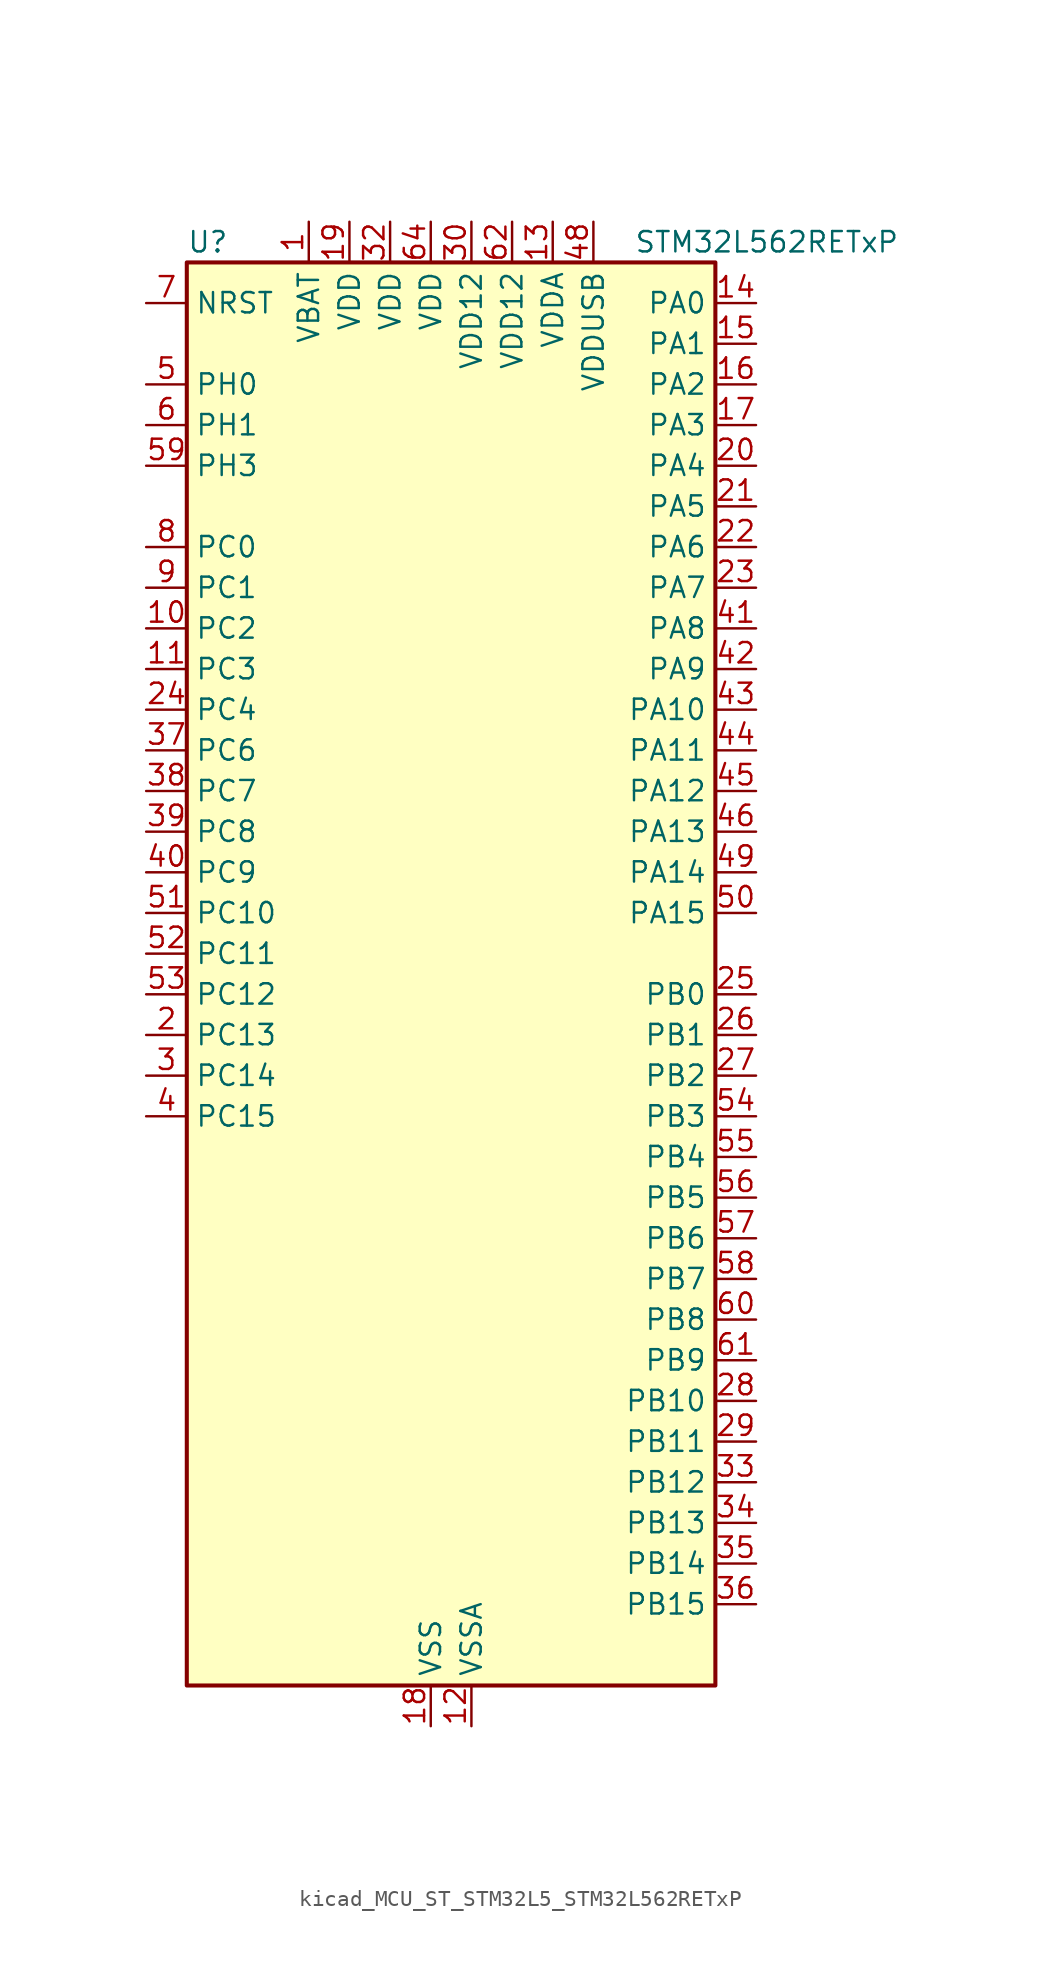
<source format=kicad_sym>
(kicad_symbol_lib
  (version 20220914)
  (generator kicad_symbol_editor)
  (symbol "kicad_MCU_ST_STM32L5_STM32L562RETxP"
    (property "Reference" "U"
      (at -15.24 46.99 0)
      (effects (font (size 1.27 1.27)) (justify left)))
    (property "Value" "STM32L562RETxP"
      (at 12.7 46.99 0)
      (effects (font (size 1.27 1.27)) (justify left)))
    (property "ki_locked" ""
      (at 0 0 0)
      (effects (font (size 1.27 1.27))))
    (symbol "kicad_MCU_ST_STM32L5_STM32L562RETxP_0_1"
      (rectangle (start -15.24 -43.18) (end 17.78 45.72) (stroke (width 0.254) (type default)) (fill (type background))))
    (symbol "kicad_MCU_ST_STM32L5_STM32L562RETxP_1_1"
      (pin power_in line (at -7.62 48.26 270) (length 2.54) (name "VBAT" (effects (font (size 1.27 1.27)))) (number "1" (effects (font (size 1.27 1.27)))))
      (pin bidirectional line (at -17.78 22.86 0) (length 2.54) (name "PC2" (effects (font (size 1.27 1.27)))) (number "10" (effects (font (size 1.27 1.27)))) (alternate "ADC1_IN3" bidirectional line) (alternate "ADC2_IN3" bidirectional line) (alternate "DFSDM1_CKOUT" bidirectional line) (alternate "LPTIM1_IN2" bidirectional line) (alternate "OCTOSPI1_IO5" bidirectional line) (alternate "SPI2_MISO" bidirectional line))
      (pin bidirectional line (at -17.78 20.32 0) (length 2.54) (name "PC3" (effects (font (size 1.27 1.27)))) (number "11" (effects (font (size 1.27 1.27)))) (alternate "ADC1_IN4" bidirectional line) (alternate "ADC2_IN4" bidirectional line) (alternate "LPTIM1_ETR" bidirectional line) (alternate "LPTIM2_ETR" bidirectional line) (alternate "LPTIM3_OUT" bidirectional line) (alternate "OCTOSPI1_IO6" bidirectional line) (alternate "SAI1_D1" bidirectional line) (alternate "SAI1_SD_A" bidirectional line) (alternate "SPI2_MOSI" bidirectional line))
      (pin power_in line (at 2.54 -45.72 90) (length 2.54) (name "VSSA" (effects (font (size 1.27 1.27)))) (number "12" (effects (font (size 1.27 1.27)))))
      (pin power_in line (at 7.62 48.26 270) (length 2.54) (name "VDDA" (effects (font (size 1.27 1.27)))) (number "13" (effects (font (size 1.27 1.27)))))
      (pin bidirectional line (at 20.32 43.18 180) (length 2.54) (name "PA0" (effects (font (size 1.27 1.27)))) (number "14" (effects (font (size 1.27 1.27)))) (alternate "ADC1_IN5" bidirectional line) (alternate "ADC2_IN5" bidirectional line) (alternate "OPAMP1_VINP" bidirectional line) (alternate "PWR_WKUP1" bidirectional line) (alternate "SAI1_EXTCLK" bidirectional line) (alternate "TAMP_IN2" bidirectional line) (alternate "TAMP_OUT1" bidirectional line) (alternate "TIM2_CH1" bidirectional line) (alternate "TIM2_ETR" bidirectional line) (alternate "TIM5_CH1" bidirectional line) (alternate "TIM8_ETR" bidirectional line) (alternate "UART4_TX" bidirectional line) (alternate "USART2_CTS" bidirectional line) (alternate "USART2_NSS" bidirectional line))
      (pin bidirectional line (at 20.32 40.64 180) (length 2.54) (name "PA1" (effects (font (size 1.27 1.27)))) (number "15" (effects (font (size 1.27 1.27)))) (alternate "ADC1_IN6" bidirectional line) (alternate "ADC2_IN6" bidirectional line) (alternate "I2C1_SMBA" bidirectional line) (alternate "OCTOSPI1_DQS" bidirectional line) (alternate "OPAMP1_VINM" bidirectional line) (alternate "SPI1_SCK" bidirectional line) (alternate "TAMP_IN5" bidirectional line) (alternate "TAMP_OUT4" bidirectional line) (alternate "TIM15_CH1N" bidirectional line) (alternate "TIM2_CH2" bidirectional line) (alternate "TIM5_CH2" bidirectional line) (alternate "UART4_RX" bidirectional line) (alternate "USART2_DE" bidirectional line) (alternate "USART2_RTS" bidirectional line))
      (pin bidirectional line (at 20.32 38.1 180) (length 2.54) (name "PA2" (effects (font (size 1.27 1.27)))) (number "16" (effects (font (size 1.27 1.27)))) (alternate "ADC1_IN7" bidirectional line) (alternate "ADC2_IN7" bidirectional line) (alternate "COMP1_INP" bidirectional line) (alternate "LPUART1_TX" bidirectional line) (alternate "OCTOSPI1_NCS" bidirectional line) (alternate "PWR_WKUP4" bidirectional line) (alternate "RCC_LSCO" bidirectional line) (alternate "SAI2_EXTCLK" bidirectional line) (alternate "TIM15_CH1" bidirectional line) (alternate "TIM2_CH3" bidirectional line) (alternate "TIM5_CH3" bidirectional line) (alternate "UCPD1_FRSTX1" bidirectional line) (alternate "USART2_TX" bidirectional line))
      (pin bidirectional line (at 20.32 35.56 180) (length 2.54) (name "PA3" (effects (font (size 1.27 1.27)))) (number "17" (effects (font (size 1.27 1.27)))) (alternate "ADC1_IN8" bidirectional line) (alternate "ADC2_IN8" bidirectional line) (alternate "LPUART1_RX" bidirectional line) (alternate "OCTOSPI1_CLK" bidirectional line) (alternate "OPAMP1_VOUT" bidirectional line) (alternate "SAI1_CK1" bidirectional line) (alternate "SAI1_MCLK_A" bidirectional line) (alternate "TIM15_CH2" bidirectional line) (alternate "TIM2_CH4" bidirectional line) (alternate "TIM5_CH4" bidirectional line) (alternate "USART2_RX" bidirectional line))
      (pin power_in line (at 0 -45.72 90) (length 2.54) (name "VSS" (effects (font (size 1.27 1.27)))) (number "18" (effects (font (size 1.27 1.27)))))
      (pin power_in line (at -5.08 48.26 270) (length 2.54) (name "VDD" (effects (font (size 1.27 1.27)))) (number "19" (effects (font (size 1.27 1.27)))))
      (pin bidirectional line (at -17.78 -2.54 0) (length 2.54) (name "PC13" (effects (font (size 1.27 1.27)))) (number "2" (effects (font (size 1.27 1.27)))) (alternate "PWR_WKUP2" bidirectional line) (alternate "RTC_OUT1" bidirectional line) (alternate "RTC_TS" bidirectional line) (alternate "TAMP_IN1" bidirectional line) (alternate "TAMP_OUT2" bidirectional line))
      (pin bidirectional line (at 20.32 33.02 180) (length 2.54) (name "PA4" (effects (font (size 1.27 1.27)))) (number "20" (effects (font (size 1.27 1.27)))) (alternate "ADC1_IN9" bidirectional line) (alternate "ADC2_IN9" bidirectional line) (alternate "DAC1_OUT1" bidirectional line) (alternate "LPTIM2_OUT" bidirectional line) (alternate "OCTOSPI1_NCS" bidirectional line) (alternate "SAI1_FS_B" bidirectional line) (alternate "SPI1_NSS" bidirectional line) (alternate "SPI3_NSS" bidirectional line) (alternate "USART2_CK" bidirectional line))
      (pin bidirectional line (at 20.32 30.48 180) (length 2.54) (name "PA5" (effects (font (size 1.27 1.27)))) (number "21" (effects (font (size 1.27 1.27)))) (alternate "ADC1_IN10" bidirectional line) (alternate "ADC2_IN10" bidirectional line) (alternate "DAC1_OUT2" bidirectional line) (alternate "LPTIM2_ETR" bidirectional line) (alternate "SPI1_SCK" bidirectional line) (alternate "TIM2_CH1" bidirectional line) (alternate "TIM2_ETR" bidirectional line) (alternate "TIM8_CH1N" bidirectional line))
      (pin bidirectional line (at 20.32 27.94 180) (length 2.54) (name "PA6" (effects (font (size 1.27 1.27)))) (number "22" (effects (font (size 1.27 1.27)))) (alternate "ADC1_IN11" bidirectional line) (alternate "ADC2_IN11" bidirectional line) (alternate "LPUART1_CTS" bidirectional line) (alternate "OCTOSPI1_IO3" bidirectional line) (alternate "OPAMP2_VINP" bidirectional line) (alternate "SPI1_MISO" bidirectional line) (alternate "TIM16_CH1" bidirectional line) (alternate "TIM1_BKIN" bidirectional line) (alternate "TIM3_CH1" bidirectional line) (alternate "TIM8_BKIN" bidirectional line) (alternate "USART3_CTS" bidirectional line) (alternate "USART3_NSS" bidirectional line))
      (pin bidirectional line (at 20.32 25.4 180) (length 2.54) (name "PA7" (effects (font (size 1.27 1.27)))) (number "23" (effects (font (size 1.27 1.27)))) (alternate "ADC1_IN12" bidirectional line) (alternate "ADC2_IN12" bidirectional line) (alternate "I2C3_SCL" bidirectional line) (alternate "OCTOSPI1_IO2" bidirectional line) (alternate "OPAMP2_VINM" bidirectional line) (alternate "SPI1_MOSI" bidirectional line) (alternate "TIM17_CH1" bidirectional line) (alternate "TIM1_CH1N" bidirectional line) (alternate "TIM3_CH2" bidirectional line) (alternate "TIM8_CH1N" bidirectional line))
      (pin bidirectional line (at -17.78 17.78 0) (length 2.54) (name "PC4" (effects (font (size 1.27 1.27)))) (number "24" (effects (font (size 1.27 1.27)))) (alternate "ADC1_IN13" bidirectional line) (alternate "ADC2_IN13" bidirectional line) (alternate "COMP1_INM" bidirectional line) (alternate "OCTOSPI1_IO7" bidirectional line) (alternate "USART3_TX" bidirectional line))
      (pin bidirectional line (at 20.32 0 180) (length 2.54) (name "PB0" (effects (font (size 1.27 1.27)))) (number "25" (effects (font (size 1.27 1.27)))) (alternate "ADC1_IN15" bidirectional line) (alternate "ADC2_IN15" bidirectional line) (alternate "COMP1_OUT" bidirectional line) (alternate "OCTOSPI1_IO1" bidirectional line) (alternate "OPAMP2_VOUT" bidirectional line) (alternate "SAI1_EXTCLK" bidirectional line) (alternate "SPI1_NSS" bidirectional line) (alternate "TIM1_CH2N" bidirectional line) (alternate "TIM3_CH3" bidirectional line) (alternate "TIM8_CH2N" bidirectional line) (alternate "USART3_CK" bidirectional line))
      (pin bidirectional line (at 20.32 -2.54 180) (length 2.54) (name "PB1" (effects (font (size 1.27 1.27)))) (number "26" (effects (font (size 1.27 1.27)))) (alternate "ADC1_IN16" bidirectional line) (alternate "ADC2_IN16" bidirectional line) (alternate "COMP1_INM" bidirectional line) (alternate "DFSDM1_DATIN0" bidirectional line) (alternate "LPTIM2_IN1" bidirectional line) (alternate "LPUART1_DE" bidirectional line) (alternate "LPUART1_RTS" bidirectional line) (alternate "OCTOSPI1_IO0" bidirectional line) (alternate "TIM1_CH3N" bidirectional line) (alternate "TIM3_CH4" bidirectional line) (alternate "TIM8_CH3N" bidirectional line) (alternate "USART3_DE" bidirectional line) (alternate "USART3_RTS" bidirectional line))
      (pin bidirectional line (at 20.32 -5.08 180) (length 2.54) (name "PB2" (effects (font (size 1.27 1.27)))) (number "27" (effects (font (size 1.27 1.27)))) (alternate "COMP1_INP" bidirectional line) (alternate "DFSDM1_CKIN0" bidirectional line) (alternate "I2C3_SMBA" bidirectional line) (alternate "LPTIM1_OUT" bidirectional line) (alternate "OCTOSPI1_DQS" bidirectional line) (alternate "RTC_OUT2" bidirectional line) (alternate "UCPD1_FRSTX1" bidirectional line))
      (pin bidirectional line (at 20.32 -25.4 180) (length 2.54) (name "PB10" (effects (font (size 1.27 1.27)))) (number "28" (effects (font (size 1.27 1.27)))) (alternate "COMP1_OUT" bidirectional line) (alternate "I2C2_SCL" bidirectional line) (alternate "I2C4_SCL" bidirectional line) (alternate "LPTIM3_OUT" bidirectional line) (alternate "LPUART1_RX" bidirectional line) (alternate "OCTOSPI1_CLK" bidirectional line) (alternate "SAI1_SCK_A" bidirectional line) (alternate "SPI2_SCK" bidirectional line) (alternate "TIM2_CH3" bidirectional line) (alternate "TSC_SYNC" bidirectional line) (alternate "USART3_TX" bidirectional line))
      (pin bidirectional line (at 20.32 -27.94 180) (length 2.54) (name "PB11" (effects (font (size 1.27 1.27)))) (number "29" (effects (font (size 1.27 1.27)))) (alternate "ADC1_EXTI11" bidirectional line) (alternate "ADC2_EXTI11" bidirectional line) (alternate "COMP2_OUT" bidirectional line) (alternate "I2C2_SDA" bidirectional line) (alternate "I2C4_SDA" bidirectional line) (alternate "LPUART1_TX" bidirectional line) (alternate "OCTOSPI1_NCS" bidirectional line) (alternate "TIM2_CH4" bidirectional line) (alternate "USART3_RX" bidirectional line))
      (pin bidirectional line (at -17.78 -5.08 0) (length 2.54) (name "PC14" (effects (font (size 1.27 1.27)))) (number "3" (effects (font (size 1.27 1.27)))) (alternate "RCC_OSC32_IN" bidirectional line))
      (pin power_in line (at 2.54 48.26 270) (length 2.54) (name "VDD12" (effects (font (size 1.27 1.27)))) (number "30" (effects (font (size 1.27 1.27)))))
      (pin passive line (at 0 -45.72 90) (length 2.54) hide (name "VSS" (effects (font (size 1.27 1.27)))) (number "31" (effects (font (size 1.27 1.27)))))
      (pin power_in line (at -2.54 48.26 270) (length 2.54) (name "VDD" (effects (font (size 1.27 1.27)))) (number "32" (effects (font (size 1.27 1.27)))))
      (pin bidirectional line (at 20.32 -30.48 180) (length 2.54) (name "PB12" (effects (font (size 1.27 1.27)))) (number "33" (effects (font (size 1.27 1.27)))) (alternate "DFSDM1_DATIN1" bidirectional line) (alternate "I2C2_SMBA" bidirectional line) (alternate "LPUART1_DE" bidirectional line) (alternate "LPUART1_RTS" bidirectional line) (alternate "OCTOSPI1_NCLK" bidirectional line) (alternate "SAI2_FS_A" bidirectional line) (alternate "SPI2_NSS" bidirectional line) (alternate "TIM15_BKIN" bidirectional line) (alternate "TIM1_BKIN" bidirectional line) (alternate "TSC_G1_IO1" bidirectional line) (alternate "USART3_CK" bidirectional line))
      (pin bidirectional line (at 20.32 -33.02 180) (length 2.54) (name "PB13" (effects (font (size 1.27 1.27)))) (number "34" (effects (font (size 1.27 1.27)))) (alternate "DFSDM1_CKIN1" bidirectional line) (alternate "I2C2_SCL" bidirectional line) (alternate "LPTIM3_IN1" bidirectional line) (alternate "LPUART1_CTS" bidirectional line) (alternate "SAI2_SCK_A" bidirectional line) (alternate "SPI2_SCK" bidirectional line) (alternate "TIM15_CH1N" bidirectional line) (alternate "TIM1_CH1N" bidirectional line) (alternate "TSC_G1_IO2" bidirectional line) (alternate "UCPD1_FRSTX2" bidirectional line) (alternate "USART3_CTS" bidirectional line) (alternate "USART3_NSS" bidirectional line))
      (pin bidirectional line (at 20.32 -35.56 180) (length 2.54) (name "PB14" (effects (font (size 1.27 1.27)))) (number "35" (effects (font (size 1.27 1.27)))) (alternate "DFSDM1_DATIN2" bidirectional line) (alternate "I2C2_SDA" bidirectional line) (alternate "LPTIM3_ETR" bidirectional line) (alternate "SAI2_MCLK_A" bidirectional line) (alternate "SPI2_MISO" bidirectional line) (alternate "TIM15_CH1" bidirectional line) (alternate "TIM1_CH2N" bidirectional line) (alternate "TIM8_CH2N" bidirectional line) (alternate "TSC_G1_IO3" bidirectional line) (alternate "UCPD1_DBCC2" bidirectional line) (alternate "USART3_DE" bidirectional line) (alternate "USART3_RTS" bidirectional line))
      (pin bidirectional line (at 20.32 -38.1 180) (length 2.54) (name "PB15" (effects (font (size 1.27 1.27)))) (number "36" (effects (font (size 1.27 1.27)))) (alternate "ADC1_EXTI15" bidirectional line) (alternate "ADC2_EXTI15" bidirectional line) (alternate "DFSDM1_CKIN2" bidirectional line) (alternate "RTC_REFIN" bidirectional line) (alternate "SAI2_SD_A" bidirectional line) (alternate "SPI2_MOSI" bidirectional line) (alternate "TIM15_CH2" bidirectional line) (alternate "TIM1_CH3N" bidirectional line) (alternate "TIM8_CH3N" bidirectional line) (alternate "UCPD1_CC2" bidirectional line))
      (pin bidirectional line (at -17.78 15.24 0) (length 2.54) (name "PC6" (effects (font (size 1.27 1.27)))) (number "37" (effects (font (size 1.27 1.27)))) (alternate "DFSDM1_CKIN3" bidirectional line) (alternate "SAI2_MCLK_A" bidirectional line) (alternate "TIM3_CH1" bidirectional line) (alternate "TIM8_CH1" bidirectional line) (alternate "TSC_G4_IO1" bidirectional line))
      (pin bidirectional line (at -17.78 12.7 0) (length 2.54) (name "PC7" (effects (font (size 1.27 1.27)))) (number "38" (effects (font (size 1.27 1.27)))) (alternate "DFSDM1_DATIN3" bidirectional line) (alternate "SAI2_MCLK_B" bidirectional line) (alternate "TIM3_CH2" bidirectional line) (alternate "TIM8_CH2" bidirectional line) (alternate "TSC_G4_IO2" bidirectional line))
      (pin bidirectional line (at -17.78 10.16 0) (length 2.54) (name "PC8" (effects (font (size 1.27 1.27)))) (number "39" (effects (font (size 1.27 1.27)))) (alternate "TIM3_CH3" bidirectional line) (alternate "TIM8_CH3" bidirectional line) (alternate "TSC_G4_IO3" bidirectional line))
      (pin bidirectional line (at -17.78 -7.62 0) (length 2.54) (name "PC15" (effects (font (size 1.27 1.27)))) (number "4" (effects (font (size 1.27 1.27)))) (alternate "ADC1_EXTI15" bidirectional line) (alternate "ADC2_EXTI15" bidirectional line) (alternate "RCC_OSC32_OUT" bidirectional line))
      (pin bidirectional line (at -17.78 7.62 0) (length 2.54) (name "PC9" (effects (font (size 1.27 1.27)))) (number "40" (effects (font (size 1.27 1.27)))) (alternate "DAC1_EXTI9" bidirectional line) (alternate "DEBUG_TRACED0" bidirectional line) (alternate "SAI2_EXTCLK" bidirectional line) (alternate "TIM3_CH4" bidirectional line) (alternate "TIM8_BKIN2" bidirectional line) (alternate "TIM8_CH4" bidirectional line) (alternate "TSC_G4_IO4" bidirectional line) (alternate "USB_NOE" bidirectional line))
      (pin bidirectional line (at 20.32 22.86 180) (length 2.54) (name "PA8" (effects (font (size 1.27 1.27)))) (number "41" (effects (font (size 1.27 1.27)))) (alternate "LPTIM2_OUT" bidirectional line) (alternate "RCC_MCO" bidirectional line) (alternate "SAI1_CK2" bidirectional line) (alternate "SAI1_SCK_A" bidirectional line) (alternate "TIM1_CH1" bidirectional line) (alternate "USART1_CK" bidirectional line))
      (pin bidirectional line (at 20.32 20.32 180) (length 2.54) (name "PA9" (effects (font (size 1.27 1.27)))) (number "42" (effects (font (size 1.27 1.27)))) (alternate "DAC1_EXTI9" bidirectional line) (alternate "SAI1_FS_A" bidirectional line) (alternate "SPI2_SCK" bidirectional line) (alternate "TIM15_BKIN" bidirectional line) (alternate "TIM1_CH2" bidirectional line) (alternate "USART1_TX" bidirectional line))
      (pin bidirectional line (at 20.32 17.78 180) (length 2.54) (name "PA10" (effects (font (size 1.27 1.27)))) (number "43" (effects (font (size 1.27 1.27)))) (alternate "CRS_SYNC" bidirectional line) (alternate "SAI1_D1" bidirectional line) (alternate "SAI1_SD_A" bidirectional line) (alternate "TIM17_BKIN" bidirectional line) (alternate "TIM1_CH3" bidirectional line) (alternate "USART1_RX" bidirectional line))
      (pin bidirectional line (at 20.32 15.24 180) (length 2.54) (name "PA11" (effects (font (size 1.27 1.27)))) (number "44" (effects (font (size 1.27 1.27)))) (alternate "ADC1_EXTI11" bidirectional line) (alternate "ADC2_EXTI11" bidirectional line) (alternate "FDCAN1_RX" bidirectional line) (alternate "SPI1_MISO" bidirectional line) (alternate "TIM1_BKIN2" bidirectional line) (alternate "TIM1_CH4" bidirectional line) (alternate "USART1_CTS" bidirectional line) (alternate "USART1_NSS" bidirectional line) (alternate "USB_DM" bidirectional line))
      (pin bidirectional line (at 20.32 12.7 180) (length 2.54) (name "PA12" (effects (font (size 1.27 1.27)))) (number "45" (effects (font (size 1.27 1.27)))) (alternate "FDCAN1_TX" bidirectional line) (alternate "SPI1_MOSI" bidirectional line) (alternate "TIM1_ETR" bidirectional line) (alternate "USART1_DE" bidirectional line) (alternate "USART1_RTS" bidirectional line) (alternate "USB_DP" bidirectional line))
      (pin bidirectional line (at 20.32 10.16 180) (length 2.54) (name "PA13" (effects (font (size 1.27 1.27)))) (number "46" (effects (font (size 1.27 1.27)))) (alternate "DEBUG_JTMS-SWDIO" bidirectional line) (alternate "IR_OUT" bidirectional line) (alternate "SAI1_SD_B" bidirectional line) (alternate "USB_NOE" bidirectional line))
      (pin passive line (at 0 -45.72 90) (length 2.54) hide (name "VSS" (effects (font (size 1.27 1.27)))) (number "47" (effects (font (size 1.27 1.27)))))
      (pin power_in line (at 10.16 48.26 270) (length 2.54) (name "VDDUSB" (effects (font (size 1.27 1.27)))) (number "48" (effects (font (size 1.27 1.27)))))
      (pin bidirectional line (at 20.32 7.62 180) (length 2.54) (name "PA14" (effects (font (size 1.27 1.27)))) (number "49" (effects (font (size 1.27 1.27)))) (alternate "DEBUG_JTCK-SWCLK" bidirectional line) (alternate "I2C1_SMBA" bidirectional line) (alternate "I2C4_SMBA" bidirectional line) (alternate "LPTIM1_OUT" bidirectional line) (alternate "SAI1_FS_B" bidirectional line))
      (pin bidirectional line (at -17.78 38.1 0) (length 2.54) (name "PH0" (effects (font (size 1.27 1.27)))) (number "5" (effects (font (size 1.27 1.27)))) (alternate "RCC_OSC_IN" bidirectional line))
      (pin bidirectional line (at 20.32 5.08 180) (length 2.54) (name "PA15" (effects (font (size 1.27 1.27)))) (number "50" (effects (font (size 1.27 1.27)))) (alternate "ADC1_EXTI15" bidirectional line) (alternate "ADC2_EXTI15" bidirectional line) (alternate "DEBUG_JTDI" bidirectional line) (alternate "SAI2_FS_B" bidirectional line) (alternate "SPI1_NSS" bidirectional line) (alternate "SPI3_NSS" bidirectional line) (alternate "TIM2_CH1" bidirectional line) (alternate "TIM2_ETR" bidirectional line) (alternate "UART4_DE" bidirectional line) (alternate "UART4_RTS" bidirectional line) (alternate "UCPD1_CC1" bidirectional line) (alternate "USART2_RX" bidirectional line) (alternate "USART3_DE" bidirectional line) (alternate "USART3_RTS" bidirectional line))
      (pin bidirectional line (at -17.78 5.08 0) (length 2.54) (name "PC10" (effects (font (size 1.27 1.27)))) (number "51" (effects (font (size 1.27 1.27)))) (alternate "DEBUG_TRACED1" bidirectional line) (alternate "LPTIM3_ETR" bidirectional line) (alternate "SAI2_SCK_B" bidirectional line) (alternate "SPI3_SCK" bidirectional line) (alternate "TSC_G3_IO2" bidirectional line) (alternate "UART4_TX" bidirectional line) (alternate "USART3_TX" bidirectional line))
      (pin bidirectional line (at -17.78 2.54 0) (length 2.54) (name "PC11" (effects (font (size 1.27 1.27)))) (number "52" (effects (font (size 1.27 1.27)))) (alternate "ADC1_EXTI11" bidirectional line) (alternate "ADC2_EXTI11" bidirectional line) (alternate "LPTIM3_IN1" bidirectional line) (alternate "OCTOSPI1_NCS" bidirectional line) (alternate "SAI2_MCLK_B" bidirectional line) (alternate "SPI3_MISO" bidirectional line) (alternate "TSC_G3_IO3" bidirectional line) (alternate "UART4_RX" bidirectional line) (alternate "UCPD1_FRSTX2" bidirectional line) (alternate "USART3_RX" bidirectional line))
      (pin bidirectional line (at -17.78 0 0) (length 2.54) (name "PC12" (effects (font (size 1.27 1.27)))) (number "53" (effects (font (size 1.27 1.27)))) (alternate "DEBUG_TRACED3" bidirectional line) (alternate "SAI2_SD_B" bidirectional line) (alternate "SPI3_MOSI" bidirectional line) (alternate "TSC_G3_IO4" bidirectional line) (alternate "UART5_TX" bidirectional line) (alternate "USART3_CK" bidirectional line))
      (pin bidirectional line (at 20.32 -7.62 180) (length 2.54) (name "PB3" (effects (font (size 1.27 1.27)))) (number "54" (effects (font (size 1.27 1.27)))) (alternate "COMP2_INM" bidirectional line) (alternate "CRS_SYNC" bidirectional line) (alternate "DEBUG_JTDO-SWO" bidirectional line) (alternate "SAI1_SCK_B" bidirectional line) (alternate "SPI1_SCK" bidirectional line) (alternate "SPI3_SCK" bidirectional line) (alternate "TIM2_CH2" bidirectional line) (alternate "USART1_DE" bidirectional line) (alternate "USART1_RTS" bidirectional line))
      (pin bidirectional line (at 20.32 -10.16 180) (length 2.54) (name "PB4" (effects (font (size 1.27 1.27)))) (number "55" (effects (font (size 1.27 1.27)))) (alternate "COMP2_INP" bidirectional line) (alternate "DEBUG_JTRST" bidirectional line) (alternate "I2C3_SDA" bidirectional line) (alternate "SAI1_MCLK_B" bidirectional line) (alternate "SPI1_MISO" bidirectional line) (alternate "SPI3_MISO" bidirectional line) (alternate "TIM17_BKIN" bidirectional line) (alternate "TIM3_CH1" bidirectional line) (alternate "TSC_G2_IO1" bidirectional line) (alternate "UART5_DE" bidirectional line) (alternate "UART5_RTS" bidirectional line) (alternate "USART1_CTS" bidirectional line) (alternate "USART1_NSS" bidirectional line))
      (pin bidirectional line (at 20.32 -12.7 180) (length 2.54) (name "PB5" (effects (font (size 1.27 1.27)))) (number "56" (effects (font (size 1.27 1.27)))) (alternate "COMP2_OUT" bidirectional line) (alternate "I2C1_SMBA" bidirectional line) (alternate "LPTIM1_IN1" bidirectional line) (alternate "OCTOSPI1_NCLK" bidirectional line) (alternate "SAI1_SD_B" bidirectional line) (alternate "SPI1_MOSI" bidirectional line) (alternate "SPI3_MOSI" bidirectional line) (alternate "TIM16_BKIN" bidirectional line) (alternate "TIM3_CH2" bidirectional line) (alternate "TSC_G2_IO2" bidirectional line) (alternate "UART5_CTS" bidirectional line) (alternate "UCPD1_DBCC1" bidirectional line) (alternate "USART1_CK" bidirectional line))
      (pin bidirectional line (at 20.32 -15.24 180) (length 2.54) (name "PB6" (effects (font (size 1.27 1.27)))) (number "57" (effects (font (size 1.27 1.27)))) (alternate "COMP2_INP" bidirectional line) (alternate "I2C1_SCL" bidirectional line) (alternate "I2C4_SCL" bidirectional line) (alternate "LPTIM1_ETR" bidirectional line) (alternate "SAI1_FS_B" bidirectional line) (alternate "TIM16_CH1N" bidirectional line) (alternate "TIM4_CH1" bidirectional line) (alternate "TIM8_BKIN2" bidirectional line) (alternate "TSC_G2_IO3" bidirectional line) (alternate "USART1_TX" bidirectional line))
      (pin bidirectional line (at 20.32 -17.78 180) (length 2.54) (name "PB7" (effects (font (size 1.27 1.27)))) (number "58" (effects (font (size 1.27 1.27)))) (alternate "COMP2_INM" bidirectional line) (alternate "I2C1_SDA" bidirectional line) (alternate "I2C4_SDA" bidirectional line) (alternate "LPTIM1_IN2" bidirectional line) (alternate "PWR_PVD_IN" bidirectional line) (alternate "TIM17_CH1N" bidirectional line) (alternate "TIM4_CH2" bidirectional line) (alternate "TIM8_BKIN" bidirectional line) (alternate "TSC_G2_IO4" bidirectional line) (alternate "UART4_CTS" bidirectional line) (alternate "USART1_RX" bidirectional line))
      (pin bidirectional line (at -17.78 33.02 0) (length 2.54) (name "PH3" (effects (font (size 1.27 1.27)))) (number "59" (effects (font (size 1.27 1.27)))))
      (pin bidirectional line (at -17.78 35.56 0) (length 2.54) (name "PH1" (effects (font (size 1.27 1.27)))) (number "6" (effects (font (size 1.27 1.27)))) (alternate "RCC_OSC_OUT" bidirectional line))
      (pin bidirectional line (at 20.32 -20.32 180) (length 2.54) (name "PB8" (effects (font (size 1.27 1.27)))) (number "60" (effects (font (size 1.27 1.27)))) (alternate "DFSDM1_CKOUT" bidirectional line) (alternate "FDCAN1_RX" bidirectional line) (alternate "I2C1_SCL" bidirectional line) (alternate "SAI1_CK1" bidirectional line) (alternate "SAI1_MCLK_A" bidirectional line) (alternate "TIM16_CH1" bidirectional line) (alternate "TIM4_CH3" bidirectional line))
      (pin bidirectional line (at 20.32 -22.86 180) (length 2.54) (name "PB9" (effects (font (size 1.27 1.27)))) (number "61" (effects (font (size 1.27 1.27)))) (alternate "DAC1_EXTI9" bidirectional line) (alternate "FDCAN1_TX" bidirectional line) (alternate "I2C1_SDA" bidirectional line) (alternate "IR_OUT" bidirectional line) (alternate "SAI1_D2" bidirectional line) (alternate "SAI1_FS_A" bidirectional line) (alternate "SPI2_NSS" bidirectional line) (alternate "TIM17_CH1" bidirectional line) (alternate "TIM4_CH4" bidirectional line))
      (pin power_in line (at 5.08 48.26 270) (length 2.54) (name "VDD12" (effects (font (size 1.27 1.27)))) (number "62" (effects (font (size 1.27 1.27)))))
      (pin passive line (at 0 -45.72 90) (length 2.54) hide (name "VSS" (effects (font (size 1.27 1.27)))) (number "63" (effects (font (size 1.27 1.27)))))
      (pin power_in line (at 0 48.26 270) (length 2.54) (name "VDD" (effects (font (size 1.27 1.27)))) (number "64" (effects (font (size 1.27 1.27)))))
      (pin input line (at -17.78 43.18 0) (length 2.54) (name "NRST" (effects (font (size 1.27 1.27)))) (number "7" (effects (font (size 1.27 1.27)))))
      (pin bidirectional line (at -17.78 27.94 0) (length 2.54) (name "PC0" (effects (font (size 1.27 1.27)))) (number "8" (effects (font (size 1.27 1.27)))) (alternate "ADC1_IN1" bidirectional line) (alternate "ADC2_IN1" bidirectional line) (alternate "I2C3_SCL" bidirectional line) (alternate "LPTIM1_IN1" bidirectional line) (alternate "LPTIM2_IN1" bidirectional line) (alternate "LPUART1_RX" bidirectional line) (alternate "OCTOSPI1_IO7" bidirectional line) (alternate "SAI2_FS_A" bidirectional line))
      (pin bidirectional line (at -17.78 25.4 0) (length 2.54) (name "PC1" (effects (font (size 1.27 1.27)))) (number "9" (effects (font (size 1.27 1.27)))) (alternate "ADC1_IN2" bidirectional line) (alternate "ADC2_IN2" bidirectional line) (alternate "DEBUG_TRACED0" bidirectional line) (alternate "I2C3_SDA" bidirectional line) (alternate "LPTIM1_OUT" bidirectional line) (alternate "LPUART1_TX" bidirectional line) (alternate "OCTOSPI1_IO4" bidirectional line) (alternate "SAI1_SD_A" bidirectional line) (alternate "SPI2_MOSI" bidirectional line)))))
</source>
